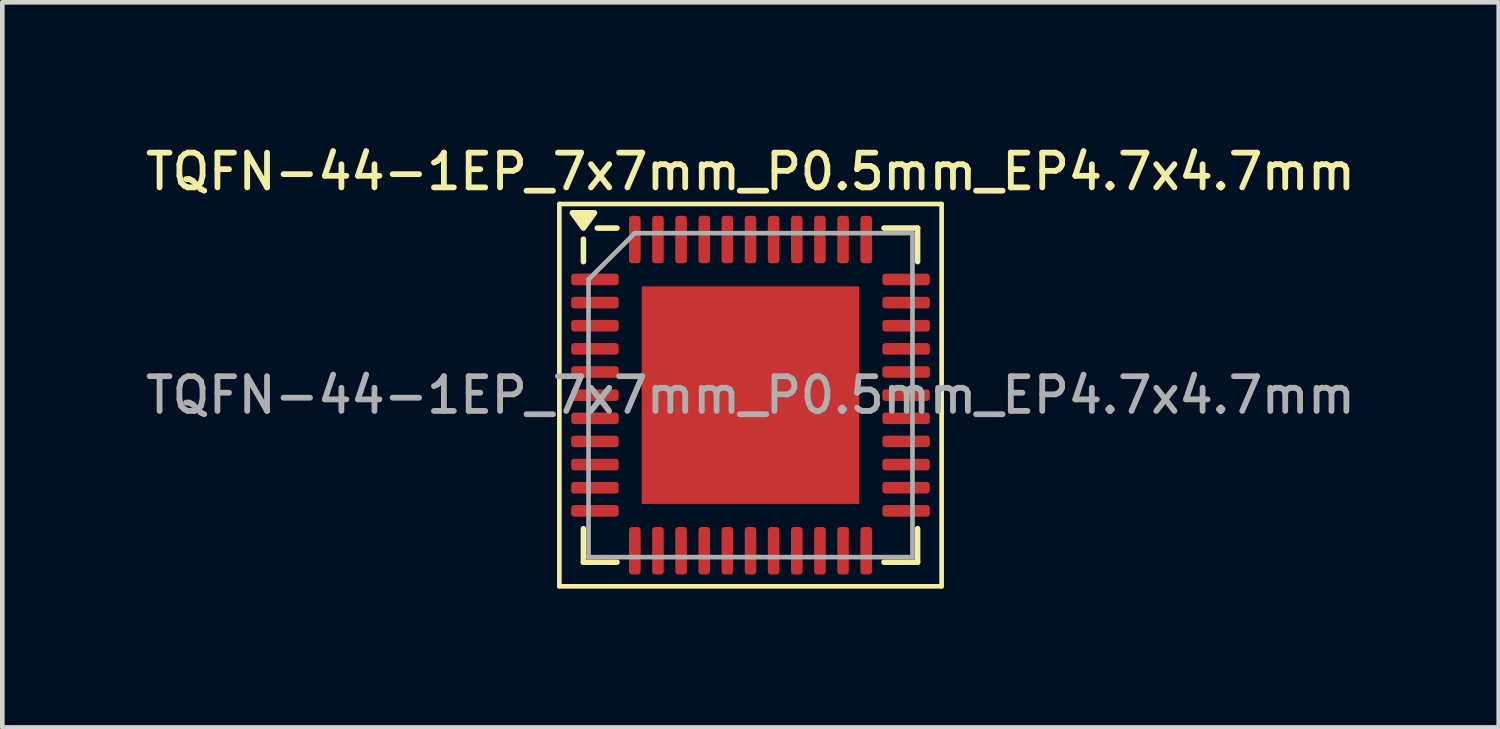
<source format=kicad_pcb>
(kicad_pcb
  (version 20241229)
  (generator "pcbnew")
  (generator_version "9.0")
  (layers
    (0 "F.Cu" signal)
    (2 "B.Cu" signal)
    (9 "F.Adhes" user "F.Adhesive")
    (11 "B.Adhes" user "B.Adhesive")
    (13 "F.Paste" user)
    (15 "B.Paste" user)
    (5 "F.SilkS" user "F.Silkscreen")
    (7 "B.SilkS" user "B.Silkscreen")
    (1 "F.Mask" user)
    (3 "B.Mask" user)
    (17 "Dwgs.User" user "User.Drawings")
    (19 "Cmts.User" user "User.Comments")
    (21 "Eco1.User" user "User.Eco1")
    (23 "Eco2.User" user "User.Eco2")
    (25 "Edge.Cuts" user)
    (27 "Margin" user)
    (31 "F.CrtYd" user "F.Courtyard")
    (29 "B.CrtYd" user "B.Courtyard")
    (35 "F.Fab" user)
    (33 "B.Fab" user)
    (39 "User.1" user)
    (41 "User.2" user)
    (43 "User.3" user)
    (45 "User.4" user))
  (footprint "TQFN-44-1EP_7x7mm_P0.5mm_EP4.7x4.7mm"
    (layer "F.Cu")
    (at 13.166 5.488)
    (property "Reference" "TQFN-44-1EP_7x7mm_P0.5mm_EP4.7x4.7mm" (at 0 -4.83 0) (layer "F.SilkS") (effects (font (size 0.75 0.75) (thickness 0.125))))
    (attr smd)
    (fp_line (start -4.13 -4.13) (end -4.13 4.13) (stroke (width 0.1) (type solid)) (layer "F.SilkS"))
    (fp_line (start -4.13 4.13) (end 4.13 4.13) (stroke (width 0.1) (type solid)) (layer "F.SilkS"))
    (fp_line (start -3.61 -2.885) (end -3.61 -3.37) (stroke (width 0.12) (type solid)) (layer "F.SilkS"))
    (fp_line (start -3.61 3.61) (end -3.61 2.885) (stroke (width 0.12) (type solid)) (layer "F.SilkS"))
    (fp_line (start -2.885 -3.61) (end -3.31 -3.61) (stroke (width 0.12) (type solid)) (layer "F.SilkS"))
    (fp_line (start -2.885 3.61) (end -3.61 3.61) (stroke (width 0.12) (type solid)) (layer "F.SilkS"))
    (fp_line (start 2.885 -3.61) (end 3.61 -3.61) (stroke (width 0.12) (type solid)) (layer "F.SilkS"))
    (fp_line (start 2.885 3.61) (end 3.61 3.61) (stroke (width 0.12) (type solid)) (layer "F.SilkS"))
    (fp_line (start 3.61 -3.61) (end 3.61 -2.885) (stroke (width 0.12) (type solid)) (layer "F.SilkS"))
    (fp_line (start 3.61 3.61) (end 3.61 2.885) (stroke (width 0.12) (type solid)) (layer "F.SilkS"))
    (fp_line (start 4.13 -4.13) (end -4.13 -4.13) (stroke (width 0.1) (type solid)) (layer "F.SilkS"))
    (fp_line (start 4.13 4.13) (end 4.13 -4.13) (stroke (width 0.1) (type solid)) (layer "F.SilkS"))
    (fp_poly (pts (xy -3.61 -3.61) (xy -3.85 -3.94) (xy -3.37 -3.94) (xy -3.61 -3.61)) (stroke (width 0.12) (type solid)) (fill yes) (layer "F.SilkS"))
    (fp_line (start -3.5 -2.5) (end -2.5 -3.5) (stroke (width 0.1) (type solid)) (layer "F.Fab"))
    (fp_line (start -3.5 3.5) (end -3.5 -2.5) (stroke (width 0.1) (type solid)) (layer "F.Fab"))
    (fp_line (start -2.5 -3.5) (end 3.5 -3.5) (stroke (width 0.1) (type solid)) (layer "F.Fab"))
    (fp_line (start 3.5 -3.5) (end 3.5 3.5) (stroke (width 0.1) (type solid)) (layer "F.Fab"))
    (fp_line (start 3.5 3.5) (end -3.5 3.5) (stroke (width 0.1) (type solid)) (layer "F.Fab"))
    (fp_text user "${REFERENCE}" (at 0 0 0) (layer "F.Fab") (effects (font (size 0.75 0.75) (thickness 0.125))))
    (pad "" smd roundrect (at -1.57 -1.57) (size 1.26 1.26) (layers "F.Paste") (roundrect_rratio 0.198))
    (pad "" smd roundrect (at -1.57 0) (size 1.26 1.26) (layers "F.Paste") (roundrect_rratio 0.198))
    (pad "" smd roundrect (at -1.57 1.57) (size 1.26 1.26) (layers "F.Paste") (roundrect_rratio 0.198))
    (pad "" smd roundrect (at 0 -1.57) (size 1.26 1.26) (layers "F.Paste") (roundrect_rratio 0.198))
    (pad "" smd roundrect (at 0 0) (size 1.26 1.26) (layers "F.Paste") (roundrect_rratio 0.198))
    (pad "" smd roundrect (at 0 1.57) (size 1.26 1.26) (layers "F.Paste") (roundrect_rratio 0.198))
    (pad "" smd roundrect (at 1.57 -1.57) (size 1.26 1.26) (layers "F.Paste") (roundrect_rratio 0.198))
    (pad "" smd roundrect (at 1.57 0) (size 1.26 1.26) (layers "F.Paste") (roundrect_rratio 0.198))
    (pad "" smd roundrect (at 1.57 1.57) (size 1.26 1.26) (layers "F.Paste") (roundrect_rratio 0.198))
    (pad "1" smd roundrect (at -3.362 -2.5) (size 1.025 0.25) (layers "F.Cu" "F.Mask" "F.Paste") (roundrect_rratio 0.25))
    (pad "2" smd roundrect (at -3.362 -2) (size 1.025 0.25) (layers "F.Cu" "F.Mask" "F.Paste") (roundrect_rratio 0.25))
    (pad "3" smd roundrect (at -3.362 -1.5) (size 1.025 0.25) (layers "F.Cu" "F.Mask" "F.Paste") (roundrect_rratio 0.25))
    (pad "4" smd roundrect (at -3.362 -1) (size 1.025 0.25) (layers "F.Cu" "F.Mask" "F.Paste") (roundrect_rratio 0.25))
    (pad "5" smd roundrect (at -3.362 -0.5) (size 1.025 0.25) (layers "F.Cu" "F.Mask" "F.Paste") (roundrect_rratio 0.25))
    (pad "6" smd roundrect (at -3.362 0) (size 1.025 0.25) (layers "F.Cu" "F.Mask" "F.Paste") (roundrect_rratio 0.25))
    (pad "7" smd roundrect (at -3.362 0.5) (size 1.025 0.25) (layers "F.Cu" "F.Mask" "F.Paste") (roundrect_rratio 0.25))
    (pad "8" smd roundrect (at -3.362 1) (size 1.025 0.25) (layers "F.Cu" "F.Mask" "F.Paste") (roundrect_rratio 0.25))
    (pad "9" smd roundrect (at -3.362 1.5) (size 1.025 0.25) (layers "F.Cu" "F.Mask" "F.Paste") (roundrect_rratio 0.25))
    (pad "10" smd roundrect (at -3.362 2) (size 1.025 0.25) (layers "F.Cu" "F.Mask" "F.Paste") (roundrect_rratio 0.25))
    (pad "11" smd roundrect (at -3.362 2.5) (size 1.025 0.25) (layers "F.Cu" "F.Mask" "F.Paste") (roundrect_rratio 0.25))
    (pad "12" smd roundrect (at -2.5 3.362) (size 0.25 1.025) (layers "F.Cu" "F.Mask" "F.Paste") (roundrect_rratio 0.25))
    (pad "13" smd roundrect (at -2 3.362) (size 0.25 1.025) (layers "F.Cu" "F.Mask" "F.Paste") (roundrect_rratio 0.25))
    (pad "14" smd roundrect (at -1.5 3.362) (size 0.25 1.025) (layers "F.Cu" "F.Mask" "F.Paste") (roundrect_rratio 0.25))
    (pad "15" smd roundrect (at -1 3.362) (size 0.25 1.025) (layers "F.Cu" "F.Mask" "F.Paste") (roundrect_rratio 0.25))
    (pad "16" smd roundrect (at -0.5 3.362) (size 0.25 1.025) (layers "F.Cu" "F.Mask" "F.Paste") (roundrect_rratio 0.25))
    (pad "17" smd roundrect (at 0 3.362) (size 0.25 1.025) (layers "F.Cu" "F.Mask" "F.Paste") (roundrect_rratio 0.25))
    (pad "18" smd roundrect (at 0.5 3.362) (size 0.25 1.025) (layers "F.Cu" "F.Mask" "F.Paste") (roundrect_rratio 0.25))
    (pad "19" smd roundrect (at 1 3.362) (size 0.25 1.025) (layers "F.Cu" "F.Mask" "F.Paste") (roundrect_rratio 0.25))
    (pad "20" smd roundrect (at 1.5 3.362) (size 0.25 1.025) (layers "F.Cu" "F.Mask" "F.Paste") (roundrect_rratio 0.25))
    (pad "21" smd roundrect (at 2 3.362) (size 0.25 1.025) (layers "F.Cu" "F.Mask" "F.Paste") (roundrect_rratio 0.25))
    (pad "22" smd roundrect (at 2.5 3.362) (size 0.25 1.025) (layers "F.Cu" "F.Mask" "F.Paste") (roundrect_rratio 0.25))
    (pad "23" smd roundrect (at 3.362 2.5) (size 1.025 0.25) (layers "F.Cu" "F.Mask" "F.Paste") (roundrect_rratio 0.25))
    (pad "24" smd roundrect (at 3.362 2) (size 1.025 0.25) (layers "F.Cu" "F.Mask" "F.Paste") (roundrect_rratio 0.25))
    (pad "25" smd roundrect (at 3.362 1.5) (size 1.025 0.25) (layers "F.Cu" "F.Mask" "F.Paste") (roundrect_rratio 0.25))
    (pad "26" smd roundrect (at 3.362 1) (size 1.025 0.25) (layers "F.Cu" "F.Mask" "F.Paste") (roundrect_rratio 0.25))
    (pad "27" smd roundrect (at 3.362 0.5) (size 1.025 0.25) (layers "F.Cu" "F.Mask" "F.Paste") (roundrect_rratio 0.25))
    (pad "28" smd roundrect (at 3.362 0) (size 1.025 0.25) (layers "F.Cu" "F.Mask" "F.Paste") (roundrect_rratio 0.25))
    (pad "29" smd roundrect (at 3.362 -0.5) (size 1.025 0.25) (layers "F.Cu" "F.Mask" "F.Paste") (roundrect_rratio 0.25))
    (pad "30" smd roundrect (at 3.362 -1) (size 1.025 0.25) (layers "F.Cu" "F.Mask" "F.Paste") (roundrect_rratio 0.25))
    (pad "31" smd roundrect (at 3.362 -1.5) (size 1.025 0.25) (layers "F.Cu" "F.Mask" "F.Paste") (roundrect_rratio 0.25))
    (pad "32" smd roundrect (at 3.362 -2) (size 1.025 0.25) (layers "F.Cu" "F.Mask" "F.Paste") (roundrect_rratio 0.25))
    (pad "33" smd roundrect (at 3.362 -2.5) (size 1.025 0.25) (layers "F.Cu" "F.Mask" "F.Paste") (roundrect_rratio 0.25))
    (pad "34" smd roundrect (at 2.5 -3.362) (size 0.25 1.025) (layers "F.Cu" "F.Mask" "F.Paste") (roundrect_rratio 0.25))
    (pad "35" smd roundrect (at 2 -3.362) (size 0.25 1.025) (layers "F.Cu" "F.Mask" "F.Paste") (roundrect_rratio 0.25))
    (pad "36" smd roundrect (at 1.5 -3.362) (size 0.25 1.025) (layers "F.Cu" "F.Mask" "F.Paste") (roundrect_rratio 0.25))
    (pad "37" smd roundrect (at 1 -3.362) (size 0.25 1.025) (layers "F.Cu" "F.Mask" "F.Paste") (roundrect_rratio 0.25))
    (pad "38" smd roundrect (at 0.5 -3.362) (size 0.25 1.025) (layers "F.Cu" "F.Mask" "F.Paste") (roundrect_rratio 0.25))
    (pad "39" smd roundrect (at 0 -3.362) (size 0.25 1.025) (layers "F.Cu" "F.Mask" "F.Paste") (roundrect_rratio 0.25))
    (pad "40" smd roundrect (at -0.5 -3.362) (size 0.25 1.025) (layers "F.Cu" "F.Mask" "F.Paste") (roundrect_rratio 0.25))
    (pad "41" smd roundrect (at -1 -3.362) (size 0.25 1.025) (layers "F.Cu" "F.Mask" "F.Paste") (roundrect_rratio 0.25))
    (pad "42" smd roundrect (at -1.5 -3.362) (size 0.25 1.025) (layers "F.Cu" "F.Mask" "F.Paste") (roundrect_rratio 0.25))
    (pad "43" smd roundrect (at -2 -3.362) (size 0.25 1.025) (layers "F.Cu" "F.Mask" "F.Paste") (roundrect_rratio 0.25))
    (pad "44" smd roundrect (at -2.5 -3.362) (size 0.25 1.025) (layers "F.Cu" "F.Mask" "F.Paste") (roundrect_rratio 0.25))
    (pad "45" smd rect (at 0 0) (size 4.7 4.7) (property pad_prop_heatsink) (layers "F.Cu" "F.Mask")))
  (gr_rect
    (start -3 -3)
    (end 29.332 12.668)
    (stroke (width 0.1) (type default))
    (fill no)
    (layer "Edge.Cuts")))
</source>
